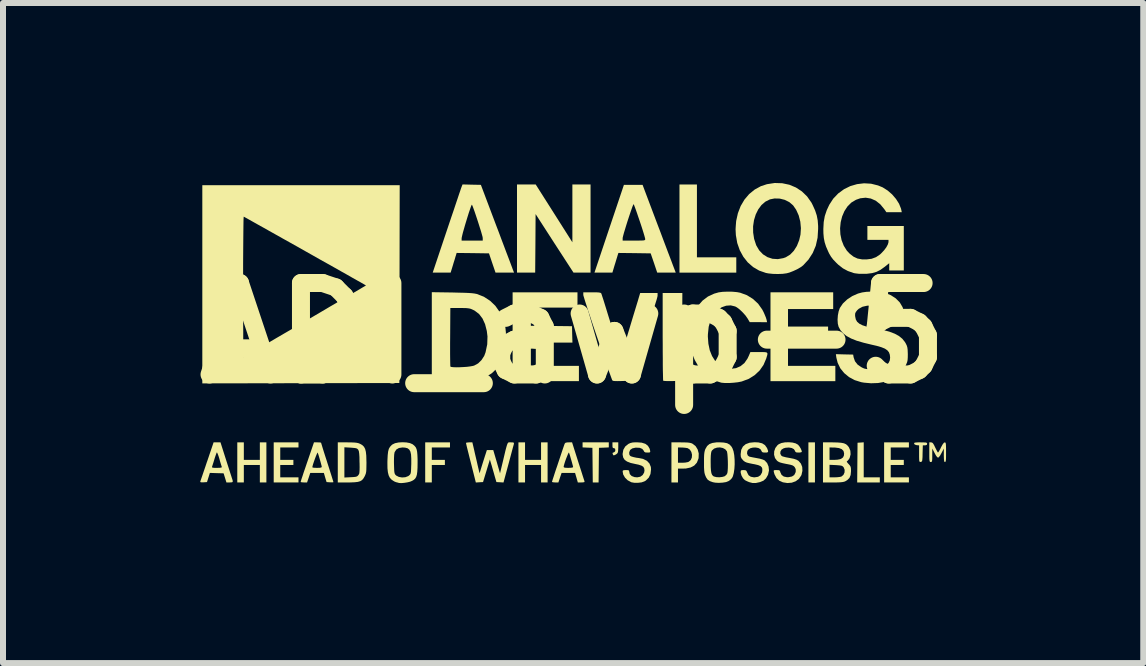
<source format=kicad_pcb>
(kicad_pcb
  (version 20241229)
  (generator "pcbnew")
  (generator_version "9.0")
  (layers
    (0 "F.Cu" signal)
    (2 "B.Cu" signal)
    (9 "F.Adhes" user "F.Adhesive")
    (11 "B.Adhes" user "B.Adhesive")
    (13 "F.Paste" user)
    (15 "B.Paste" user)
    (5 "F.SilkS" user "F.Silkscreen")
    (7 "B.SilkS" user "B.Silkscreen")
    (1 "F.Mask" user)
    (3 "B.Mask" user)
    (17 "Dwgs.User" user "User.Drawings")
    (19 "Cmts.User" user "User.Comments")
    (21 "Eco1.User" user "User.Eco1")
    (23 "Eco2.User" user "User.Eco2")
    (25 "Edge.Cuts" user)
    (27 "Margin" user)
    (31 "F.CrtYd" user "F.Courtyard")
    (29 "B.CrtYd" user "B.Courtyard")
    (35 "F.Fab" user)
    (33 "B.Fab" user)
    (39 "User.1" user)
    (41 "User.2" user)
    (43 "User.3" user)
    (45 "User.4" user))
  (footprint "ADI_awp-5"
    (layer "F.Cu")
    (at 6.502 2.502)
    (property "Reference" "ADI_awp-5" (at 0 0 0) (layer "F.SilkS") (effects (font (size 1.524 1.524) (thickness 0.3))))
    (attr board_only exclude_from_pos_files exclude_from_bom)
    (fp_poly (pts (xy 4.031 2.489) (xy 3.922 2.489) (xy 3.922 1.821) (xy 4.031 1.821)) (stroke (width 0) (type solid)) (fill yes) (layer "F.SilkS"))
    (fp_poly (pts (xy 2.064 -1.263) (xy 2.72 -1.263) (xy 2.72 -1.008) (xy 1.773 -1.008) (xy 1.773 -2.477) (xy 2.064 -2.477)) (stroke (width 0) (type solid)) (fill yes) (layer "F.SilkS"))
    (fp_poly (pts (xy 4.844 2.404) (xy 5.112 2.404) (xy 5.112 2.489) (xy 4.735 2.489) (xy 4.738 2.158) (xy 4.741 1.827) (xy 4.793 1.824) (xy 4.844 1.82)) (stroke (width 0) (type solid)) (fill yes) (layer "F.SilkS"))
    (fp_poly (pts (xy -2.052 1.906) (xy -2.355 1.906) (xy -2.355 2.113) (xy -2.137 2.113) (xy -2.137 2.198) (xy -2.355 2.198) (xy -2.355 2.489) (xy -2.465 2.489) (xy -2.465 1.821) (xy -2.052 1.821)) (stroke (width 0) (type solid)) (fill yes) (layer "F.SilkS"))
    (fp_poly (pts (xy 0.595 1.905) (xy 0.513 1.909) (xy 0.431 1.912) (xy 0.425 2.489) (xy 0.328 2.489) (xy 0.322 1.912) (xy 0.24 1.909) (xy 0.158 1.905) (xy 0.158 1.821) (xy 0.595 1.821)) (stroke (width 0) (type solid)) (fill yes) (layer "F.SilkS"))
    (fp_poly (pts (xy -5.488 2.113) (xy -5.221 2.113) (xy -5.221 1.821) (xy -5.112 1.821) (xy -5.112 2.489) (xy -5.221 2.489) (xy -5.221 2.198) (xy -5.488 2.198) (xy -5.488 2.489) (xy -5.597 2.489) (xy -5.597 1.821) (xy -5.488 1.821)) (stroke (width 0) (type solid)) (fill yes) (layer "F.SilkS"))
    (fp_poly (pts (xy -4.577 1.906) (xy -4.881 1.906) (xy -4.881 2.113) (xy -4.662 2.113) (xy -4.662 2.198) (xy -4.881 2.198) (xy -4.881 2.404) (xy -4.577 2.404) (xy -4.577 2.489) (xy -4.99 2.489) (xy -4.99 1.821) (xy -4.577 1.821)) (stroke (width 0) (type solid)) (fill yes) (layer "F.SilkS"))
    (fp_poly (pts (xy -0.801 2.113) (xy -0.534 2.113) (xy -0.534 1.821) (xy -0.425 1.821) (xy -0.425 2.489) (xy -0.534 2.489) (xy -0.534 2.198) (xy -0.801 2.198) (xy -0.801 2.489) (xy -0.911 2.489) (xy -0.911 1.821) (xy -0.801 1.821)) (stroke (width 0) (type solid)) (fill yes) (layer "F.SilkS"))
    (fp_poly (pts (xy 4.335 -0.401) (xy 3.582 -0.401) (xy 3.582 -0.109) (xy 4.25 -0.109) (xy 4.25 0.158) (xy 3.582 0.158) (xy 3.582 0.546) (xy 4.371 0.546) (xy 4.371 0.801) (xy 3.29 0.801) (xy 3.29 -0.68) (xy 4.335 -0.68)) (stroke (width 0) (type solid)) (fill yes) (layer "F.SilkS"))
    (fp_poly (pts (xy 5.597 1.906) (xy 5.294 1.906) (xy 5.294 2.113) (xy 5.512 2.113) (xy 5.512 2.198) (xy 5.294 2.198) (xy 5.294 2.404) (xy 5.597 2.404) (xy 5.597 2.489) (xy 5.184 2.489) (xy 5.184 1.821) (xy 5.597 1.821)) (stroke (width 0) (type solid)) (fill yes) (layer "F.SilkS"))
    (fp_poly (pts (xy -0.317 -1.995) (xy -0.012 -1.514) (xy -0.012 -2.477) (xy 0.291 -2.477) (xy 0.291 -1.008) (xy 0.149 -1.008) (xy 0.006 -1.009) (xy -0.31 -1.496) (xy -0.625 -1.984) (xy -0.628 -1.496) (xy -0.632 -1.008) (xy -0.935 -1.008) (xy -0.935 -2.477) (xy -0.623 -2.477)) (stroke (width 0) (type solid)) (fill yes) (layer "F.SilkS"))
    (fp_poly (pts (xy 0.073 -0.425) (xy -0.704 -0.425) (xy -0.704 -0.122) (xy -0.361 -0.119) (xy -0.018 -0.115) (xy -0.015 0.021) (xy -0.011 0.158) (xy -0.704 0.158) (xy -0.704 0.546) (xy 0.097 0.546) (xy 0.097 0.801) (xy -1.008 0.801) (xy -1.008 -0.68) (xy 0.073 -0.68)) (stroke (width 0) (type solid)) (fill yes) (layer "F.SilkS"))
    (fp_poly (pts (xy 1.818 0.064) (xy 1.815 0.795) (xy 1.663 0.799) (xy 1.604 0.799) (xy 1.555 0.799) (xy 1.519 0.797) (xy 1.502 0.794) (xy 1.502 0.794) (xy 1.5 0.78) (xy 1.499 0.745) (xy 1.498 0.689) (xy 1.496 0.616) (xy 1.495 0.527) (xy 1.495 0.424) (xy 1.494 0.31) (xy 1.494 0.186) (xy 1.493 0.059) (xy 1.493 -0.668) (xy 1.821 -0.668)) (stroke (width 0) (type solid)) (fill yes) (layer "F.SilkS"))
    (fp_poly (pts (xy 0.753 1.903) (xy 0.751 1.953) (xy 0.747 1.986) (xy 0.736 2.006) (xy 0.717 2.021) (xy 0.708 2.026) (xy 0.683 2.037) (xy 0.671 2.036) (xy 0.663 2.021) (xy 0.663 2.021) (xy 0.657 2) (xy 0.664 1.992) (xy 0.68 1.988) (xy 0.7 1.972) (xy 0.704 1.95) (xy 0.699 1.925) (xy 0.68 1.918) (xy 0.68 1.918) (xy 0.664 1.914) (xy 0.657 1.898) (xy 0.656 1.87) (xy 0.656 1.821) (xy 0.753 1.821)) (stroke (width 0) (type solid)) (fill yes) (layer "F.SilkS"))
    (fp_poly (pts (xy 5.843 1.822) (xy 5.875 1.823) (xy 5.893 1.828) (xy 5.9 1.836) (xy 5.901 1.846) (xy 5.895 1.863) (xy 5.873 1.87) (xy 5.865 1.87) (xy 5.829 1.87) (xy 5.825 2.006) (xy 5.824 2.066) (xy 5.821 2.105) (xy 5.818 2.128) (xy 5.811 2.14) (xy 5.802 2.146) (xy 5.795 2.147) (xy 5.783 2.148) (xy 5.775 2.143) (xy 5.77 2.13) (xy 5.768 2.104) (xy 5.767 2.061) (xy 5.767 2.011) (xy 5.767 1.871) (xy 5.728 1.868) (xy 5.695 1.858) (xy 5.684 1.842) (xy 5.685 1.832) (xy 5.694 1.826) (xy 5.716 1.823) (xy 5.755 1.821) (xy 5.791 1.821)) (stroke (width 0) (type solid)) (fill yes) (layer "F.SilkS"))
    (fp_poly (pts (xy 1.863 1.822) (xy 1.912 1.824) (xy 1.948 1.829) (xy 1.974 1.836) (xy 1.991 1.844) (xy 2.042 1.884) (xy 2.076 1.939) (xy 2.094 2.005) (xy 2.092 2.077) (xy 2.089 2.094) (xy 2.063 2.159) (xy 2.019 2.208) (xy 1.958 2.24) (xy 1.879 2.257) (xy 1.837 2.258) (xy 1.748 2.258) (xy 1.748 2.489) (xy 1.639 2.489) (xy 1.639 1.906) (xy 1.748 1.906) (xy 1.748 2.161) (xy 1.822 2.161) (xy 1.87 2.158) (xy 1.912 2.15) (xy 1.93 2.143) (xy 1.962 2.114) (xy 1.979 2.074) (xy 1.982 2.027) (xy 1.971 1.982) (xy 1.947 1.943) (xy 1.912 1.919) (xy 1.905 1.917) (xy 1.876 1.912) (xy 1.835 1.908) (xy 1.812 1.907) (xy 1.748 1.906) (xy 1.639 1.906) (xy 1.639 1.821) (xy 1.794 1.821)) (stroke (width 0) (type solid)) (fill yes) (layer "F.SilkS"))
    (fp_poly (pts (xy -3.693 1.822) (xy -3.644 1.824) (xy -3.607 1.828) (xy -3.579 1.834) (xy -3.554 1.844) (xy -3.548 1.847) (xy -3.512 1.868) (xy -3.485 1.895) (xy -3.466 1.931) (xy -3.454 1.979) (xy -3.447 2.043) (xy -3.445 2.127) (xy -3.444 2.157) (xy -3.445 2.226) (xy -3.446 2.277) (xy -3.449 2.313) (xy -3.455 2.341) (xy -3.464 2.365) (xy -3.474 2.387) (xy -3.495 2.423) (xy -3.518 2.45) (xy -3.548 2.468) (xy -3.588 2.48) (xy -3.642 2.486) (xy -3.715 2.489) (xy -3.755 2.489) (xy -3.922 2.489) (xy -3.922 1.903) (xy -3.812 1.903) (xy -3.812 2.407) (xy -3.708 2.402) (xy -3.656 2.399) (xy -3.623 2.395) (xy -3.601 2.388) (xy -3.586 2.375) (xy -3.58 2.368) (xy -3.571 2.355) (xy -3.564 2.34) (xy -3.561 2.317) (xy -3.559 2.284) (xy -3.558 2.235) (xy -3.559 2.167) (xy -3.56 2.147) (xy -3.561 2.067) (xy -3.565 2.009) (xy -3.571 1.967) (xy -3.583 1.941) (xy -3.602 1.924) (xy -3.631 1.916) (xy -3.672 1.912) (xy -3.708 1.909) (xy -3.812 1.903) (xy -3.922 1.903) (xy -3.922 1.821) (xy -3.762 1.821)) (stroke (width 0) (type solid)) (fill yes) (layer "F.SilkS"))
    (fp_poly (pts (xy 5.984 1.825) (xy 5.999 1.838) (xy 6.016 1.866) (xy 6.035 1.906) (xy 6.055 1.946) (xy 6.071 1.976) (xy 6.081 1.991) (xy 6.082 1.991) (xy 6.091 1.981) (xy 6.107 1.954) (xy 6.127 1.916) (xy 6.131 1.906) (xy 6.158 1.857) (xy 6.179 1.829) (xy 6.195 1.821) (xy 6.203 1.823) (xy 6.209 1.831) (xy 6.213 1.849) (xy 6.215 1.881) (xy 6.216 1.931) (xy 6.216 1.985) (xy 6.216 2.052) (xy 6.215 2.099) (xy 6.212 2.128) (xy 6.207 2.143) (xy 6.2 2.149) (xy 6.198 2.149) (xy 6.189 2.145) (xy 6.184 2.129) (xy 6.181 2.098) (xy 6.179 2.048) (xy 6.179 2.037) (xy 6.179 1.924) (xy 6.14 2) (xy 6.117 2.041) (xy 6.096 2.068) (xy 6.083 2.076) (xy 6.067 2.066) (xy 6.046 2.037) (xy 6.026 2) (xy 5.987 1.924) (xy 5.986 2.037) (xy 5.986 2.09) (xy 5.984 2.123) (xy 5.979 2.14) (xy 5.972 2.148) (xy 5.961 2.149) (xy 5.952 2.148) (xy 5.945 2.141) (xy 5.941 2.126) (xy 5.938 2.098) (xy 5.937 2.053) (xy 5.937 1.988) (xy 5.937 1.985) (xy 5.937 1.821) (xy 5.967 1.821)) (stroke (width 0) (type solid)) (fill yes) (layer "F.SilkS"))
    (fp_poly (pts (xy -5.785 2.11) (xy -5.759 2.191) (xy -5.735 2.266) (xy -5.714 2.332) (xy -5.697 2.384) (xy -5.686 2.42) (xy -5.681 2.433) (xy -5.672 2.466) (xy -5.676 2.483) (xy -5.696 2.488) (xy -5.724 2.489) (xy -5.778 2.489) (xy -5.825 2.337) (xy -5.939 2.334) (xy -6.054 2.33) (xy -6.078 2.407) (xy -6.102 2.483) (xy -6.161 2.487) (xy -6.197 2.487) (xy -6.213 2.483) (xy -6.214 2.475) (xy -6.209 2.459) (xy -6.197 2.424) (xy -6.179 2.372) (xy -6.157 2.307) (xy -6.131 2.231) (xy -6.13 2.228) (xy -6.018 2.228) (xy -6.018 2.238) (xy -6.005 2.243) (xy -5.976 2.246) (xy -5.937 2.246) (xy -5.89 2.245) (xy -5.863 2.241) (xy -5.855 2.234) (xy -5.855 2.231) (xy -5.861 2.213) (xy -5.872 2.178) (xy -5.886 2.131) (xy -5.895 2.097) (xy -5.91 2.049) (xy -5.924 2.012) (xy -5.934 1.991) (xy -5.938 1.988) (xy -5.945 2.003) (xy -5.957 2.036) (xy -5.972 2.08) (xy -5.979 2.104) (xy -5.994 2.153) (xy -6.007 2.194) (xy -6.016 2.222) (xy -6.018 2.228) (xy -6.13 2.228) (xy -6.103 2.147) (xy -6.1 2.14) (xy -5.992 1.821) (xy -5.935 1.821) (xy -5.877 1.821)) (stroke (width 0) (type solid)) (fill yes) (layer "F.SilkS"))
    (fp_poly (pts (xy -1.05 1.821) (xy -1.036 1.821) (xy -1.003 1.822) (xy -0.988 1.827) (xy -0.986 1.84) (xy -0.987 1.849) (xy -0.992 1.867) (xy -1.003 1.906) (xy -1.018 1.962) (xy -1.036 2.03) (xy -1.057 2.108) (xy -1.077 2.183) (xy -1.16 2.49) (xy -1.219 2.486) (xy -1.278 2.483) (xy -1.308 2.38) (xy -1.325 2.319) (xy -1.344 2.254) (xy -1.36 2.197) (xy -1.362 2.192) (xy -1.387 2.107) (xy -1.444 2.295) (xy -1.501 2.483) (xy -1.561 2.486) (xy -1.621 2.49) (xy -1.703 2.165) (xy -1.725 2.079) (xy -1.744 2.002) (xy -1.761 1.935) (xy -1.774 1.882) (xy -1.782 1.846) (xy -1.785 1.831) (xy -1.785 1.83) (xy -1.774 1.825) (xy -1.747 1.822) (xy -1.732 1.821) (xy -1.679 1.821) (xy -1.651 1.94) (xy -1.637 2.004) (xy -1.619 2.08) (xy -1.601 2.157) (xy -1.592 2.198) (xy -1.559 2.337) (xy -1.52 2.21) (xy -1.501 2.149) (xy -1.482 2.089) (xy -1.466 2.039) (xy -1.458 2.015) (xy -1.437 1.949) (xy -1.331 1.949) (xy -1.274 2.143) (xy -1.218 2.337) (xy -1.167 2.125) (xy -1.145 2.032) (xy -1.128 1.96) (xy -1.114 1.907) (xy -1.103 1.869) (xy -1.094 1.844) (xy -1.085 1.829) (xy -1.076 1.822) (xy -1.064 1.82)) (stroke (width 0) (type solid)) (fill yes) (layer "F.SilkS"))
    (fp_poly (pts (xy 0.084 2.14) (xy 0.111 2.224) (xy 0.136 2.301) (xy 0.157 2.368) (xy 0.174 2.421) (xy 0.186 2.457) (xy 0.191 2.474) (xy 0.191 2.474) (xy 0.187 2.484) (xy 0.163 2.488) (xy 0.138 2.489) (xy 0.079 2.489) (xy 0.056 2.41) (xy 0.033 2.331) (xy -0.192 2.331) (xy -0.219 2.41) (xy -0.245 2.489) (xy -0.298 2.489) (xy -0.331 2.487) (xy -0.35 2.482) (xy -0.352 2.479) (xy -0.348 2.466) (xy -0.338 2.433) (xy -0.322 2.385) (xy -0.303 2.325) (xy -0.28 2.256) (xy -0.271 2.231) (xy -0.158 2.231) (xy -0.149 2.24) (xy -0.122 2.245) (xy -0.079 2.246) (xy -0.03 2.244) (xy -0.004 2.238) (xy 0 2.232) (xy -0.003 2.215) (xy -0.012 2.182) (xy -0.024 2.138) (xy -0.038 2.09) (xy -0.051 2.044) (xy -0.063 2.008) (xy -0.069 1.991) (xy -0.075 1.995) (xy -0.086 2.017) (xy -0.1 2.052) (xy -0.117 2.094) (xy -0.133 2.139) (xy -0.146 2.18) (xy -0.155 2.213) (xy -0.158 2.231) (xy -0.271 2.231) (xy -0.255 2.183) (xy -0.23 2.108) (xy -0.206 2.036) (xy -0.184 1.97) (xy -0.165 1.914) (xy -0.15 1.871) (xy -0.141 1.845) (xy -0.139 1.842) (xy -0.127 1.828) (xy -0.1 1.822) (xy -0.074 1.821) (xy -0.017 1.821)) (stroke (width 0) (type solid)) (fill yes) (layer "F.SilkS"))
    (fp_poly (pts (xy -4.226 1.822) (xy -4.205 1.825) (xy -4.201 1.827) (xy -4.197 1.839) (xy -4.187 1.872) (xy -4.172 1.922) (xy -4.152 1.986) (xy -4.128 2.061) (xy -4.101 2.144) (xy -4.098 2.155) (xy -4.071 2.239) (xy -4.047 2.315) (xy -4.026 2.381) (xy -4.01 2.433) (xy -3.999 2.468) (xy -3.995 2.483) (xy -3.995 2.484) (xy -4.005 2.487) (xy -4.033 2.487) (xy -4.052 2.487) (xy -4.109 2.483) (xy -4.132 2.407) (xy -4.154 2.331) (xy -4.381 2.331) (xy -4.407 2.41) (xy -4.434 2.489) (xy -4.487 2.489) (xy -4.52 2.487) (xy -4.539 2.483) (xy -4.541 2.48) (xy -4.537 2.466) (xy -4.527 2.433) (xy -4.51 2.383) (xy -4.489 2.318) (xy -4.463 2.243) (xy -4.461 2.237) (xy -4.346 2.237) (xy -4.335 2.242) (xy -4.307 2.245) (xy -4.268 2.246) (xy -4.222 2.245) (xy -4.196 2.239) (xy -4.189 2.23) (xy -4.192 2.213) (xy -4.201 2.179) (xy -4.213 2.134) (xy -4.227 2.086) (xy -4.24 2.041) (xy -4.252 2.006) (xy -4.257 1.991) (xy -4.262 1.996) (xy -4.273 2.019) (xy -4.288 2.055) (xy -4.304 2.098) (xy -4.32 2.143) (xy -4.334 2.185) (xy -4.343 2.218) (xy -4.346 2.237) (xy -4.461 2.237) (xy -4.435 2.16) (xy -4.43 2.146) (xy -4.319 1.821) (xy -4.26 1.821)) (stroke (width 0) (type solid)) (fill yes) (layer "F.SilkS"))
    (fp_poly (pts (xy 1.41 -1.803) (xy 1.457 -1.68) (xy 1.501 -1.562) (xy 1.543 -1.451) (xy 1.581 -1.35) (xy 1.615 -1.261) (xy 1.643 -1.187) (xy 1.665 -1.128) (xy 1.68 -1.089) (xy 1.687 -1.071) (xy 1.711 -1.008) (xy 1.557 -1.008) (xy 1.402 -1.008) (xy 1.348 -1.169) (xy 1.293 -1.329) (xy 1.024 -1.333) (xy 0.755 -1.336) (xy 0.742 -1.296) (xy 0.734 -1.268) (xy 0.72 -1.223) (xy 0.704 -1.17) (xy 0.692 -1.132) (xy 0.655 -1.008) (xy 0.356 -1.008) (xy 0.535 -1.542) (xy 0.826 -1.542) (xy 1.014 -1.542) (xy 1.085 -1.542) (xy 1.136 -1.543) (xy 1.169 -1.544) (xy 1.189 -1.548) (xy 1.198 -1.553) (xy 1.202 -1.561) (xy 1.202 -1.569) (xy 1.198 -1.587) (xy 1.188 -1.624) (xy 1.173 -1.674) (xy 1.154 -1.735) (xy 1.132 -1.803) (xy 1.108 -1.874) (xy 1.084 -1.944) (xy 1.062 -2.009) (xy 1.042 -2.066) (xy 1.025 -2.111) (xy 1.014 -2.14) (xy 1.008 -2.149) (xy 1.002 -2.138) (xy 0.989 -2.108) (xy 0.973 -2.062) (xy 0.953 -2.004) (xy 0.931 -1.938) (xy 0.908 -1.868) (xy 0.886 -1.798) (xy 0.866 -1.732) (xy 0.848 -1.673) (xy 0.835 -1.625) (xy 0.827 -1.593) (xy 0.826 -1.581) (xy 0.826 -1.542) (xy 0.535 -1.542) (xy 0.601 -1.739) (xy 0.847 -2.471) (xy 1.158 -2.471)) (stroke (width 0) (type solid)) (fill yes) (layer "F.SilkS"))
    (fp_poly (pts (xy -1.69 -2.474) (xy -1.537 -2.471) (xy -1.285 -1.803) (xy -1.238 -1.68) (xy -1.194 -1.562) (xy -1.152 -1.451) (xy -1.114 -1.35) (xy -1.08 -1.261) (xy -1.052 -1.187) (xy -1.03 -1.128) (xy -1.015 -1.089) (xy -1.009 -1.071) (xy -0.984 -1.008) (xy -1.139 -1.008) (xy -1.293 -1.008) (xy -1.348 -1.169) (xy -1.402 -1.329) (xy -1.672 -1.333) (xy -1.941 -1.336) (xy -1.953 -1.296) (xy -1.962 -1.268) (xy -1.975 -1.223) (xy -1.992 -1.17) (xy -2.003 -1.132) (xy -2.041 -1.008) (xy -2.34 -1.008) (xy -2.161 -1.542) (xy -1.858 -1.542) (xy -1.506 -1.542) (xy -1.506 -1.584) (xy -1.509 -1.604) (xy -1.52 -1.644) (xy -1.535 -1.697) (xy -1.555 -1.76) (xy -1.577 -1.83) (xy -1.6 -1.901) (xy -1.623 -1.97) (xy -1.644 -2.032) (xy -1.663 -2.084) (xy -1.677 -2.121) (xy -1.686 -2.14) (xy -1.687 -2.14) (xy -1.693 -2.132) (xy -1.704 -2.105) (xy -1.719 -2.061) (xy -1.738 -2.006) (xy -1.758 -1.942) (xy -1.779 -1.873) (xy -1.8 -1.804) (xy -1.819 -1.737) (xy -1.836 -1.678) (xy -1.848 -1.629) (xy -1.856 -1.594) (xy -1.858 -1.579) (xy -1.858 -1.542) (xy -2.161 -1.542) (xy -2.111 -1.691) (xy -2.069 -1.816) (xy -2.029 -1.935) (xy -1.991 -2.046) (xy -1.957 -2.148) (xy -1.927 -2.237) (xy -1.902 -2.312) (xy -1.882 -2.37) (xy -1.869 -2.409) (xy -1.863 -2.426) (xy -1.843 -2.478)) (stroke (width 0) (type solid)) (fill yes) (layer "F.SilkS"))
    (fp_poly (pts (xy 4.325 1.821) (xy 4.407 1.823) (xy 4.469 1.828) (xy 4.515 1.837) (xy 4.55 1.853) (xy 4.577 1.877) (xy 4.598 1.905) (xy 4.621 1.96) (xy 4.625 2.021) (xy 4.61 2.079) (xy 4.601 2.096) (xy 4.581 2.122) (xy 4.565 2.136) (xy 4.562 2.137) (xy 4.562 2.144) (xy 4.575 2.164) (xy 4.59 2.18) (xy 4.613 2.206) (xy 4.626 2.229) (xy 4.631 2.259) (xy 4.632 2.301) (xy 4.626 2.365) (xy 4.606 2.414) (xy 4.569 2.45) (xy 4.54 2.468) (xy 4.518 2.477) (xy 4.489 2.483) (xy 4.449 2.487) (xy 4.394 2.489) (xy 4.331 2.489) (xy 4.165 2.489) (xy 4.165 2.195) (xy 4.274 2.195) (xy 4.274 2.404) (xy 4.358 2.404) (xy 4.406 2.402) (xy 4.447 2.397) (xy 4.472 2.391) (xy 4.506 2.363) (xy 4.524 2.323) (xy 4.526 2.279) (xy 4.51 2.238) (xy 4.506 2.233) (xy 4.492 2.219) (xy 4.473 2.21) (xy 4.443 2.205) (xy 4.396 2.201) (xy 4.379 2.2) (xy 4.274 2.195) (xy 4.165 2.195) (xy 4.165 1.906) (xy 4.274 1.906) (xy 4.274 2.113) (xy 4.353 2.113) (xy 4.405 2.11) (xy 4.448 2.102) (xy 4.467 2.095) (xy 4.499 2.072) (xy 4.514 2.04) (xy 4.517 2.005) (xy 4.507 1.964) (xy 4.479 1.935) (xy 4.431 1.916) (xy 4.362 1.907) (xy 4.331 1.907) (xy 4.274 1.906) (xy 4.165 1.906) (xy 4.165 1.821)) (stroke (width 0) (type solid)) (fill yes) (layer "F.SilkS"))
    (fp_poly (pts (xy 0.378 -0.68) (xy 0.42 -0.678) (xy 0.447 -0.674) (xy 0.462 -0.669) (xy 0.47 -0.66) (xy 0.471 -0.659) (xy 0.476 -0.643) (xy 0.488 -0.606) (xy 0.506 -0.552) (xy 0.528 -0.481) (xy 0.554 -0.397) (xy 0.583 -0.302) (xy 0.615 -0.199) (xy 0.638 -0.125) (xy 0.67 -0.018) (xy 0.701 0.08) (xy 0.728 0.169) (xy 0.752 0.246) (xy 0.772 0.308) (xy 0.787 0.353) (xy 0.796 0.378) (xy 0.798 0.384) (xy 0.802 0.372) (xy 0.813 0.339) (xy 0.828 0.288) (xy 0.849 0.222) (xy 0.873 0.143) (xy 0.9 0.054) (xy 0.929 -0.043) (xy 0.93 -0.044) (xy 0.96 -0.146) (xy 0.99 -0.245) (xy 1.018 -0.337) (xy 1.043 -0.419) (xy 1.064 -0.488) (xy 1.08 -0.54) (xy 1.088 -0.568) (xy 1.118 -0.668) (xy 1.408 -0.668) (xy 1.408 -0.622) (xy 1.404 -0.602) (xy 1.393 -0.56) (xy 1.374 -0.499) (xy 1.35 -0.421) (xy 1.319 -0.327) (xy 1.284 -0.219) (xy 1.244 -0.098) (xy 1.2 0.033) (xy 1.174 0.109) (xy 0.94 0.795) (xy 0.799 0.799) (xy 0.738 0.8) (xy 0.697 0.799) (xy 0.672 0.797) (xy 0.658 0.791) (xy 0.651 0.783) (xy 0.65 0.78) (xy 0.631 0.728) (xy 0.606 0.659) (xy 0.576 0.577) (xy 0.544 0.484) (xy 0.508 0.382) (xy 0.471 0.274) (xy 0.432 0.162) (xy 0.393 0.048) (xy 0.355 -0.064) (xy 0.318 -0.173) (xy 0.284 -0.277) (xy 0.252 -0.371) (xy 0.225 -0.456) (xy 0.202 -0.526) (xy 0.185 -0.582) (xy 0.174 -0.619) (xy 0.17 -0.635) (xy 0.17 -0.68) (xy 0.315 -0.68)) (stroke (width 0) (type solid)) (fill yes) (layer "F.SilkS"))
    (fp_poly (pts (xy 2.511 1.824) (xy 2.567 1.835) (xy 2.609 1.858) (xy 2.64 1.892) (xy 2.656 1.92) (xy 2.674 1.97) (xy 2.686 2.035) (xy 2.692 2.11) (xy 2.693 2.188) (xy 2.688 2.264) (xy 2.678 2.332) (xy 2.663 2.387) (xy 2.648 2.416) (xy 2.621 2.445) (xy 2.59 2.467) (xy 2.55 2.483) (xy 2.494 2.492) (xy 2.431 2.496) (xy 2.371 2.493) (xy 2.329 2.485) (xy 2.279 2.467) (xy 2.245 2.445) (xy 2.22 2.41) (xy 2.206 2.38) (xy 2.196 2.353) (xy 2.189 2.324) (xy 2.185 2.288) (xy 2.182 2.238) (xy 2.182 2.17) (xy 2.182 2.155) (xy 2.182 2.152) (xy 2.293 2.152) (xy 2.294 2.232) (xy 2.298 2.292) (xy 2.305 2.334) (xy 2.317 2.363) (xy 2.334 2.382) (xy 2.348 2.39) (xy 2.387 2.4) (xy 2.437 2.403) (xy 2.488 2.397) (xy 2.526 2.386) (xy 2.555 2.362) (xy 2.571 2.334) (xy 2.576 2.3) (xy 2.579 2.251) (xy 2.58 2.191) (xy 2.579 2.128) (xy 2.576 2.067) (xy 2.572 2.016) (xy 2.566 1.979) (xy 2.564 1.971) (xy 2.537 1.937) (xy 2.496 1.915) (xy 2.447 1.905) (xy 2.397 1.909) (xy 2.35 1.925) (xy 2.316 1.955) (xy 2.313 1.959) (xy 2.304 1.977) (xy 2.299 2.004) (xy 2.295 2.043) (xy 2.293 2.099) (xy 2.293 2.152) (xy 2.182 2.152) (xy 2.182 2.084) (xy 2.184 2.031) (xy 2.188 1.993) (xy 2.194 1.963) (xy 2.203 1.936) (xy 2.207 1.928) (xy 2.234 1.882) (xy 2.271 1.85) (xy 2.321 1.831) (xy 2.389 1.821) (xy 2.436 1.82)) (stroke (width 0) (type solid)) (fill yes) (layer "F.SilkS"))
    (fp_poly (pts (xy 1.143 1.826) (xy 1.204 1.845) (xy 1.247 1.878) (xy 1.275 1.925) (xy 1.283 1.955) (xy 1.286 1.978) (xy 1.279 1.988) (xy 1.257 1.991) (xy 1.24 1.991) (xy 1.206 1.989) (xy 1.187 1.979) (xy 1.178 1.961) (xy 1.153 1.93) (xy 1.11 1.912) (xy 1.051 1.909) (xy 1.041 1.909) (xy 0.986 1.922) (xy 0.951 1.947) (xy 0.936 1.985) (xy 0.935 2) (xy 0.939 2.03) (xy 0.954 2.048) (xy 0.974 2.057) (xy 1.009 2.067) (xy 1.055 2.077) (xy 1.087 2.081) (xy 1.169 2.098) (xy 1.231 2.129) (xy 1.273 2.174) (xy 1.296 2.231) (xy 1.299 2.271) (xy 1.29 2.348) (xy 1.261 2.409) (xy 1.213 2.457) (xy 1.187 2.472) (xy 1.141 2.488) (xy 1.082 2.495) (xy 1.021 2.495) (xy 0.971 2.486) (xy 0.967 2.484) (xy 0.91 2.453) (xy 0.865 2.409) (xy 0.835 2.357) (xy 0.826 2.307) (xy 0.829 2.292) (xy 0.844 2.285) (xy 0.875 2.283) (xy 0.88 2.283) (xy 0.915 2.284) (xy 0.931 2.291) (xy 0.935 2.305) (xy 0.935 2.306) (xy 0.945 2.35) (xy 0.976 2.382) (xy 1.024 2.4) (xy 1.069 2.404) (xy 1.12 2.394) (xy 1.16 2.365) (xy 1.184 2.324) (xy 1.19 2.29) (xy 1.185 2.254) (xy 1.17 2.228) (xy 1.14 2.209) (xy 1.092 2.193) (xy 1.039 2.182) (xy 0.959 2.164) (xy 0.9 2.141) (xy 0.86 2.113) (xy 0.836 2.076) (xy 0.826 2.028) (xy 0.826 2.009) (xy 0.837 1.945) (xy 0.869 1.89) (xy 0.92 1.848) (xy 0.92 1.848) (xy 0.955 1.832) (xy 0.993 1.823) (xy 1.042 1.82) (xy 1.062 1.82)) (stroke (width 0) (type solid)) (fill yes) (layer "F.SilkS"))
    (fp_poly (pts (xy 3.485 -2.498) (xy 3.604 -2.473) (xy 3.714 -2.427) (xy 3.813 -2.362) (xy 3.9 -2.278) (xy 3.972 -2.176) (xy 3.993 -2.135) (xy 4.034 -2.044) (xy 4.061 -1.962) (xy 4.077 -1.879) (xy 4.084 -1.785) (xy 4.084 -1.736) (xy 4.075 -1.59) (xy 4.045 -1.456) (xy 3.994 -1.335) (xy 3.923 -1.225) (xy 3.833 -1.128) (xy 3.791 -1.097) (xy 3.734 -1.064) (xy 3.669 -1.034) (xy 3.605 -1.009) (xy 3.56 -0.997) (xy 3.494 -0.988) (xy 3.414 -0.985) (xy 3.331 -0.987) (xy 3.255 -0.995) (xy 3.213 -1.003) (xy 3.101 -1.042) (xy 3 -1.101) (xy 2.911 -1.179) (xy 2.837 -1.273) (xy 2.778 -1.381) (xy 2.736 -1.501) (xy 2.713 -1.632) (xy 2.708 -1.73) (xy 2.711 -1.78) (xy 3 -1.78) (xy 3.001 -1.676) (xy 3.017 -1.571) (xy 3.05 -1.47) (xy 3.053 -1.462) (xy 3.102 -1.379) (xy 3.165 -1.313) (xy 3.24 -1.266) (xy 3.323 -1.239) (xy 3.412 -1.233) (xy 3.502 -1.249) (xy 3.545 -1.264) (xy 3.617 -1.308) (xy 3.679 -1.372) (xy 3.73 -1.453) (xy 3.768 -1.548) (xy 3.79 -1.642) (xy 3.797 -1.749) (xy 3.787 -1.858) (xy 3.76 -1.962) (xy 3.718 -2.055) (xy 3.667 -2.129) (xy 3.604 -2.183) (xy 3.528 -2.221) (xy 3.444 -2.242) (xy 3.357 -2.244) (xy 3.281 -2.229) (xy 3.205 -2.191) (xy 3.14 -2.135) (xy 3.086 -2.062) (xy 3.044 -1.977) (xy 3.015 -1.882) (xy 3 -1.78) (xy 2.711 -1.78) (xy 2.718 -1.869) (xy 2.747 -1.999) (xy 2.793 -2.118) (xy 2.856 -2.225) (xy 2.934 -2.317) (xy 3.026 -2.392) (xy 3.13 -2.449) (xy 3.231 -2.482) (xy 3.36 -2.502)) (stroke (width 0) (type solid)) (fill yes) (layer "F.SilkS"))
    (fp_poly (pts (xy -2.012 -0.677) (xy -1.901 -0.674) (xy -1.812 -0.672) (xy -1.741 -0.669) (xy -1.686 -0.665) (xy -1.645 -0.66) (xy -1.614 -0.654) (xy -1.604 -0.652) (xy -1.487 -0.606) (xy -1.384 -0.539) (xy -1.296 -0.455) (xy -1.224 -0.353) (xy -1.203 -0.312) (xy -1.168 -0.234) (xy -1.143 -0.162) (xy -1.128 -0.089) (xy -1.12 -0.009) (xy -1.119 0.085) (xy -1.12 0.127) (xy -1.123 0.202) (xy -1.128 0.258) (xy -1.134 0.302) (xy -1.143 0.34) (xy -1.156 0.378) (xy -1.209 0.495) (xy -1.274 0.591) (xy -1.352 0.667) (xy -1.435 0.72) (xy -1.475 0.74) (xy -1.512 0.755) (xy -1.548 0.768) (xy -1.588 0.777) (xy -1.634 0.784) (xy -1.69 0.789) (xy -1.76 0.793) (xy -1.846 0.795) (xy -1.951 0.797) (xy -1.994 0.798) (xy -2.355 0.803) (xy -2.355 0.265) (xy -2.05 0.265) (xy -2.05 0.354) (xy -2.049 0.43) (xy -2.048 0.491) (xy -2.047 0.533) (xy -2.046 0.555) (xy -2.046 0.557) (xy -2.031 0.564) (xy -1.998 0.568) (xy -1.95 0.57) (xy -1.893 0.569) (xy -1.831 0.566) (xy -1.77 0.562) (xy -1.715 0.555) (xy -1.67 0.547) (xy -1.649 0.541) (xy -1.583 0.505) (xy -1.526 0.449) (xy -1.481 0.379) (xy -1.459 0.32) (xy -1.431 0.187) (xy -1.427 0.055) (xy -1.438 -0.035) (xy -1.467 -0.149) (xy -1.51 -0.243) (xy -1.567 -0.318) (xy -1.639 -0.373) (xy -1.66 -0.384) (xy -1.69 -0.398) (xy -1.717 -0.408) (xy -1.746 -0.413) (xy -1.784 -0.417) (xy -1.836 -0.418) (xy -1.887 -0.418) (xy -2.046 -0.419) (xy -2.049 0.061) (xy -2.05 0.167) (xy -2.05 0.265) (xy -2.355 0.265) (xy -2.355 -0.682)) (stroke (width 0) (type solid)) (fill yes) (layer "F.SilkS"))
    (fp_poly (pts (xy -2.893 -0.817) (xy -2.896 0.832) (xy -4.538 0.835) (xy -6.18 0.838) (xy -6.18 -0.772) (xy -5.5 -0.772) (xy -5.5 -0.606) (xy -5.5 -0.446) (xy -5.499 -0.295) (xy -5.499 -0.155) (xy -5.498 -0.027) (xy -5.498 0.088) (xy -5.497 0.187) (xy -5.496 0.27) (xy -5.495 0.334) (xy -5.494 0.377) (xy -5.493 0.399) (xy -5.493 0.401) (xy -5.482 0.395) (xy -5.451 0.377) (xy -5.402 0.349) (xy -5.337 0.311) (xy -5.256 0.264) (xy -5.162 0.209) (xy -5.055 0.147) (xy -4.938 0.078) (xy -4.811 0.004) (xy -4.675 -0.075) (xy -4.534 -0.158) (xy -4.47 -0.196) (xy -4.326 -0.28) (xy -4.188 -0.361) (xy -4.058 -0.438) (xy -3.936 -0.509) (xy -3.825 -0.575) (xy -3.726 -0.633) (xy -3.639 -0.684) (xy -3.567 -0.726) (xy -3.512 -0.759) (xy -3.474 -0.781) (xy -3.454 -0.793) (xy -3.452 -0.794) (xy -3.462 -0.8) (xy -3.491 -0.817) (xy -3.538 -0.844) (xy -3.601 -0.879) (xy -3.679 -0.923) (xy -3.768 -0.974) (xy -3.868 -1.03) (xy -3.977 -1.092) (xy -4.093 -1.157) (xy -4.215 -1.225) (xy -4.34 -1.296) (xy -4.466 -1.367) (xy -4.593 -1.439) (xy -4.718 -1.509) (xy -4.84 -1.577) (xy -4.957 -1.643) (xy -5.066 -1.704) (xy -5.167 -1.761) (xy -5.257 -1.811) (xy -5.335 -1.855) (xy -5.399 -1.891) (xy -5.448 -1.918) (xy -5.478 -1.935) (xy -5.49 -1.941) (xy -5.491 -1.929) (xy -5.493 -1.895) (xy -5.494 -1.84) (xy -5.495 -1.766) (xy -5.496 -1.673) (xy -5.497 -1.564) (xy -5.498 -1.44) (xy -5.499 -1.303) (xy -5.5 -1.154) (xy -5.5 -0.996) (xy -5.5 -0.828) (xy -5.5 -0.772) (xy -6.18 -0.772) (xy -6.18 -2.465) (xy -2.89 -2.465)) (stroke (width 0) (type solid)) (fill yes) (layer "F.SilkS"))
    (fp_poly (pts (xy -2.779 1.822) (xy -2.72 1.833) (xy -2.676 1.852) (xy -2.672 1.855) (xy -2.644 1.878) (xy -2.623 1.903) (xy -2.609 1.934) (xy -2.6 1.975) (xy -2.595 2.029) (xy -2.592 2.101) (xy -2.592 2.155) (xy -2.593 2.243) (xy -2.597 2.31) (xy -2.604 2.361) (xy -2.616 2.398) (xy -2.633 2.426) (xy -2.658 2.448) (xy -2.684 2.463) (xy -2.718 2.477) (xy -2.764 2.488) (xy -2.816 2.496) (xy -2.863 2.5) (xy -2.899 2.498) (xy -2.908 2.496) (xy -2.928 2.49) (xy -2.953 2.484) (xy -2.983 2.471) (xy -3.018 2.448) (xy -3.028 2.44) (xy -3.055 2.41) (xy -3.074 2.371) (xy -3.087 2.319) (xy -3.094 2.253) (xy -3.095 2.167) (xy -3.095 2.149) (xy -2.986 2.149) (xy -2.985 2.191) (xy -2.983 2.254) (xy -2.981 2.299) (xy -2.977 2.328) (xy -2.971 2.347) (xy -2.962 2.361) (xy -2.948 2.374) (xy -2.947 2.375) (xy -2.904 2.397) (xy -2.851 2.406) (xy -2.796 2.402) (xy -2.749 2.384) (xy -2.736 2.375) (xy -2.722 2.362) (xy -2.712 2.349) (xy -2.706 2.331) (xy -2.702 2.304) (xy -2.7 2.262) (xy -2.698 2.203) (xy -2.697 2.183) (xy -2.697 2.093) (xy -2.701 2.024) (xy -2.712 1.974) (xy -2.732 1.94) (xy -2.76 1.919) (xy -2.799 1.909) (xy -2.843 1.906) (xy -2.903 1.915) (xy -2.947 1.941) (xy -2.974 1.983) (xy -2.976 1.989) (xy -2.982 2.024) (xy -2.985 2.079) (xy -2.986 2.149) (xy -3.095 2.149) (xy -3.094 2.113) (xy -3.09 2.034) (xy -3.083 1.974) (xy -3.071 1.929) (xy -3.052 1.896) (xy -3.026 1.868) (xy -3.01 1.855) (xy -2.968 1.835) (xy -2.91 1.823) (xy -2.845 1.819)) (stroke (width 0) (type solid)) (fill yes) (layer "F.SilkS"))
    (fp_poly (pts (xy 4.967 -2.49) (xy 5.083 -2.461) (xy 5.16 -2.429) (xy 5.242 -2.377) (xy 5.317 -2.312) (xy 5.382 -2.236) (xy 5.433 -2.156) (xy 5.465 -2.076) (xy 5.47 -2.055) (xy 5.478 -2.015) (xy 5.222 -2.015) (xy 5.186 -2.067) (xy 5.119 -2.148) (xy 5.044 -2.207) (xy 4.962 -2.243) (xy 4.876 -2.257) (xy 4.786 -2.247) (xy 4.715 -2.222) (xy 4.638 -2.176) (xy 4.573 -2.111) (xy 4.522 -2.033) (xy 4.484 -1.944) (xy 4.46 -1.848) (xy 4.45 -1.747) (xy 4.455 -1.647) (xy 4.475 -1.549) (xy 4.511 -1.457) (xy 4.562 -1.375) (xy 4.61 -1.324) (xy 4.674 -1.274) (xy 4.74 -1.243) (xy 4.815 -1.229) (xy 4.891 -1.228) (xy 4.976 -1.239) (xy 5.049 -1.266) (xy 5.116 -1.311) (xy 5.14 -1.334) (xy 5.184 -1.381) (xy 5.221 -1.431) (xy 5.246 -1.478) (xy 5.257 -1.516) (xy 5.257 -1.52) (xy 5.257 -1.554) (xy 4.905 -1.554) (xy 4.905 -1.785) (xy 5.512 -1.785) (xy 5.512 -1.044) (xy 5.269 -1.044) (xy 5.269 -1.165) (xy 5.194 -1.105) (xy 5.124 -1.055) (xy 5.057 -1.021) (xy 4.984 -1) (xy 4.897 -0.989) (xy 4.863 -0.988) (xy 4.769 -0.988) (xy 4.696 -0.997) (xy 4.674 -1.002) (xy 4.58 -1.035) (xy 4.498 -1.079) (xy 4.42 -1.14) (xy 4.386 -1.173) (xy 4.335 -1.226) (xy 4.298 -1.275) (xy 4.267 -1.328) (xy 4.251 -1.362) (xy 4.216 -1.442) (xy 4.193 -1.514) (xy 4.179 -1.585) (xy 4.172 -1.664) (xy 4.171 -1.736) (xy 4.177 -1.85) (xy 4.195 -1.951) (xy 4.228 -2.049) (xy 4.27 -2.139) (xy 4.336 -2.241) (xy 4.419 -2.328) (xy 4.515 -2.398) (xy 4.62 -2.45) (xy 4.733 -2.483) (xy 4.85 -2.497)) (stroke (width 0) (type solid)) (fill yes) (layer "F.SilkS"))
    (fp_poly (pts (xy 3.656 1.824) (xy 3.71 1.838) (xy 3.747 1.859) (xy 3.748 1.859) (xy 3.773 1.889) (xy 3.796 1.927) (xy 3.81 1.963) (xy 3.812 1.979) (xy 3.802 1.986) (xy 3.774 1.991) (xy 3.759 1.991) (xy 3.725 1.989) (xy 3.707 1.981) (xy 3.699 1.964) (xy 3.699 1.963) (xy 3.68 1.934) (xy 3.644 1.915) (xy 3.596 1.907) (xy 3.542 1.911) (xy 3.51 1.92) (xy 3.475 1.941) (xy 3.456 1.973) (xy 3.453 2.007) (xy 3.467 2.038) (xy 3.486 2.053) (xy 3.509 2.06) (xy 3.548 2.07) (xy 3.597 2.079) (xy 3.613 2.082) (xy 3.679 2.095) (xy 3.726 2.111) (xy 3.758 2.13) (xy 3.797 2.175) (xy 3.819 2.231) (xy 3.822 2.296) (xy 3.807 2.362) (xy 3.801 2.375) (xy 3.764 2.429) (xy 3.711 2.469) (xy 3.645 2.493) (xy 3.572 2.499) (xy 3.497 2.487) (xy 3.435 2.459) (xy 3.389 2.415) (xy 3.357 2.354) (xy 3.346 2.316) (xy 3.343 2.295) (xy 3.349 2.286) (xy 3.371 2.283) (xy 3.392 2.283) (xy 3.426 2.284) (xy 3.443 2.291) (xy 3.452 2.309) (xy 3.454 2.319) (xy 3.475 2.363) (xy 3.512 2.391) (xy 3.566 2.402) (xy 3.592 2.401) (xy 3.648 2.39) (xy 3.685 2.366) (xy 3.706 2.326) (xy 3.711 2.306) (xy 3.71 2.266) (xy 3.692 2.232) (xy 3.677 2.217) (xy 3.655 2.204) (xy 3.622 2.194) (xy 3.572 2.184) (xy 3.55 2.18) (xy 3.489 2.167) (xy 3.446 2.155) (xy 3.416 2.14) (xy 3.398 2.126) (xy 3.365 2.082) (xy 3.35 2.028) (xy 3.352 1.97) (xy 3.371 1.915) (xy 3.407 1.868) (xy 3.429 1.851) (xy 3.473 1.832) (xy 3.531 1.821) (xy 3.594 1.819)) (stroke (width 0) (type solid)) (fill yes) (layer "F.SilkS"))
    (fp_poly (pts (xy 2.656 -0.69) (xy 2.732 -0.683) (xy 2.785 -0.673) (xy 2.897 -0.632) (xy 2.997 -0.57) (xy 3.083 -0.491) (xy 3.152 -0.394) (xy 3.175 -0.35) (xy 3.196 -0.302) (xy 3.214 -0.258) (xy 3.224 -0.225) (xy 3.225 -0.222) (xy 3.233 -0.182) (xy 2.944 -0.183) (xy 2.908 -0.244) (xy 2.873 -0.294) (xy 2.827 -0.345) (xy 2.778 -0.392) (xy 2.731 -0.428) (xy 2.702 -0.444) (xy 2.628 -0.462) (xy 2.552 -0.457) (xy 2.477 -0.431) (xy 2.408 -0.384) (xy 2.405 -0.381) (xy 2.339 -0.306) (xy 2.291 -0.214) (xy 2.26 -0.106) (xy 2.247 0.019) (xy 2.246 0.058) (xy 2.255 0.178) (xy 2.278 0.287) (xy 2.316 0.382) (xy 2.366 0.461) (xy 2.428 0.524) (xy 2.5 0.568) (xy 2.581 0.591) (xy 2.629 0.595) (xy 2.715 0.584) (xy 2.791 0.551) (xy 2.856 0.498) (xy 2.907 0.424) (xy 2.928 0.38) (xy 2.955 0.316) (xy 3.098 0.316) (xy 3.162 0.316) (xy 3.205 0.318) (xy 3.229 0.324) (xy 3.239 0.338) (xy 3.237 0.363) (xy 3.226 0.4) (xy 3.219 0.424) (xy 3.174 0.53) (xy 3.109 0.623) (xy 3.026 0.701) (xy 2.929 0.762) (xy 2.817 0.804) (xy 2.808 0.807) (xy 2.747 0.819) (xy 2.675 0.827) (xy 2.601 0.832) (xy 2.532 0.832) (xy 2.476 0.827) (xy 2.466 0.825) (xy 2.359 0.791) (xy 2.26 0.734) (xy 2.171 0.657) (xy 2.093 0.562) (xy 2.028 0.449) (xy 1.976 0.321) (xy 1.96 0.267) (xy 1.945 0.191) (xy 1.937 0.102) (xy 1.936 0.006) (xy 1.942 -0.088) (xy 1.953 -0.171) (xy 1.965 -0.219) (xy 2.015 -0.345) (xy 2.079 -0.452) (xy 2.157 -0.541) (xy 2.248 -0.61) (xy 2.352 -0.658) (xy 2.426 -0.679) (xy 2.493 -0.688) (xy 2.573 -0.691)) (stroke (width 0) (type solid)) (fill yes) (layer "F.SilkS"))
    (fp_poly (pts (xy 3.088 1.822) (xy 3.151 1.837) (xy 3.198 1.867) (xy 3.232 1.915) (xy 3.237 1.927) (xy 3.25 1.963) (xy 3.249 1.982) (xy 3.231 1.99) (xy 3.201 1.991) (xy 3.166 1.989) (xy 3.149 1.981) (xy 3.14 1.964) (xy 3.14 1.963) (xy 3.122 1.934) (xy 3.088 1.915) (xy 3.044 1.907) (xy 2.997 1.908) (xy 2.954 1.919) (xy 2.92 1.941) (xy 2.904 1.965) (xy 2.899 2.005) (xy 2.911 2.039) (xy 2.934 2.057) (xy 2.956 2.063) (xy 2.995 2.071) (xy 3.043 2.08) (xy 3.059 2.083) (xy 3.112 2.093) (xy 3.157 2.106) (xy 3.188 2.119) (xy 3.193 2.122) (xy 3.234 2.166) (xy 3.258 2.224) (xy 3.265 2.288) (xy 3.251 2.354) (xy 3.247 2.365) (xy 3.215 2.421) (xy 3.172 2.46) (xy 3.116 2.483) (xy 3.048 2.498) (xy 2.989 2.498) (xy 2.935 2.484) (xy 2.897 2.468) (xy 2.864 2.451) (xy 2.861 2.449) (xy 2.832 2.419) (xy 2.807 2.375) (xy 2.794 2.329) (xy 2.793 2.314) (xy 2.795 2.294) (xy 2.807 2.285) (xy 2.836 2.283) (xy 2.84 2.283) (xy 2.872 2.285) (xy 2.889 2.296) (xy 2.901 2.322) (xy 2.902 2.325) (xy 2.925 2.369) (xy 2.961 2.394) (xy 3.014 2.404) (xy 3.025 2.404) (xy 3.083 2.395) (xy 3.123 2.369) (xy 3.148 2.325) (xy 3.153 2.299) (xy 3.154 2.263) (xy 3.145 2.237) (xy 3.123 2.216) (xy 3.085 2.2) (xy 3.026 2.186) (xy 2.992 2.18) (xy 2.934 2.168) (xy 2.895 2.158) (xy 2.867 2.146) (xy 2.845 2.131) (xy 2.832 2.118) (xy 2.808 2.09) (xy 2.796 2.063) (xy 2.793 2.026) (xy 2.793 2.016) (xy 2.802 1.946) (xy 2.83 1.891) (xy 2.877 1.851) (xy 2.942 1.827) (xy 3.023 1.819)) (stroke (width 0) (type solid)) (fill yes) (layer "F.SilkS"))
    (fp_poly (pts (xy 5.059 -0.69) (xy 5.14 -0.682) (xy 5.199 -0.67) (xy 5.296 -0.632) (xy 5.378 -0.579) (xy 5.445 -0.511) (xy 5.492 -0.432) (xy 5.518 -0.345) (xy 5.525 -0.309) (xy 5.531 -0.28) (xy 5.532 -0.276) (xy 5.533 -0.267) (xy 5.526 -0.261) (xy 5.507 -0.257) (xy 5.473 -0.256) (xy 5.42 -0.255) (xy 5.401 -0.255) (xy 5.263 -0.255) (xy 5.227 -0.331) (xy 5.196 -0.383) (xy 5.161 -0.419) (xy 5.115 -0.443) (xy 5.054 -0.455) (xy 5.001 -0.459) (xy 4.902 -0.457) (xy 4.823 -0.439) (xy 4.761 -0.405) (xy 4.735 -0.381) (xy 4.712 -0.351) (xy 4.701 -0.325) (xy 4.7 -0.293) (xy 4.702 -0.275) (xy 4.712 -0.228) (xy 4.734 -0.189) (xy 4.771 -0.157) (xy 4.824 -0.13) (xy 4.896 -0.107) (xy 4.989 -0.086) (xy 5.032 -0.078) (xy 5.163 -0.053) (xy 5.272 -0.024) (xy 5.361 0.01) (xy 5.432 0.049) (xy 5.488 0.095) (xy 5.531 0.149) (xy 5.546 0.175) (xy 5.562 0.208) (xy 5.571 0.239) (xy 5.576 0.276) (xy 5.578 0.326) (xy 5.579 0.352) (xy 5.578 0.409) (xy 5.575 0.45) (xy 5.568 0.483) (xy 5.554 0.517) (xy 5.54 0.548) (xy 5.482 0.638) (xy 5.407 0.712) (xy 5.314 0.769) (xy 5.203 0.81) (xy 5.191 0.813) (xy 5.083 0.832) (xy 4.966 0.836) (xy 4.85 0.826) (xy 4.803 0.818) (xy 4.694 0.784) (xy 4.599 0.733) (xy 4.518 0.666) (xy 4.454 0.587) (xy 4.41 0.496) (xy 4.388 0.409) (xy 4.38 0.351) (xy 4.524 0.355) (xy 4.668 0.358) (xy 4.675 0.402) (xy 4.698 0.469) (xy 4.742 0.525) (xy 4.799 0.565) (xy 4.832 0.582) (xy 4.861 0.593) (xy 4.894 0.599) (xy 4.938 0.601) (xy 4.978 0.601) (xy 5.035 0.6) (xy 5.076 0.597) (xy 5.109 0.589) (xy 5.142 0.576) (xy 5.166 0.565) (xy 5.223 0.531) (xy 5.259 0.496) (xy 5.278 0.456) (xy 5.284 0.409) (xy 5.279 0.361) (xy 5.265 0.321) (xy 5.238 0.287) (xy 5.197 0.259) (xy 5.138 0.235) (xy 5.059 0.212) (xy 4.976 0.193) (xy 4.84 0.16) (xy 4.727 0.127) (xy 4.634 0.09) (xy 4.559 0.049) (xy 4.5 0.003) (xy 4.456 -0.049) (xy 4.425 -0.106) (xy 4.412 -0.158) (xy 4.408 -0.224) (xy 4.413 -0.295) (xy 4.426 -0.363) (xy 4.446 -0.419) (xy 4.497 -0.494) (xy 4.568 -0.561) (xy 4.653 -0.617) (xy 4.748 -0.659) (xy 4.818 -0.678) (xy 4.889 -0.688) (xy 4.972 -0.692)) (stroke (width 0) (type solid)) (fill yes) (layer "F.SilkS")))
  (gr_rect
    (start -3 -3)
    (end 16.005 8.002)
    (stroke (width 0.1) (type default))
    (fill no)
    (layer "Edge.Cuts")))
</source>
